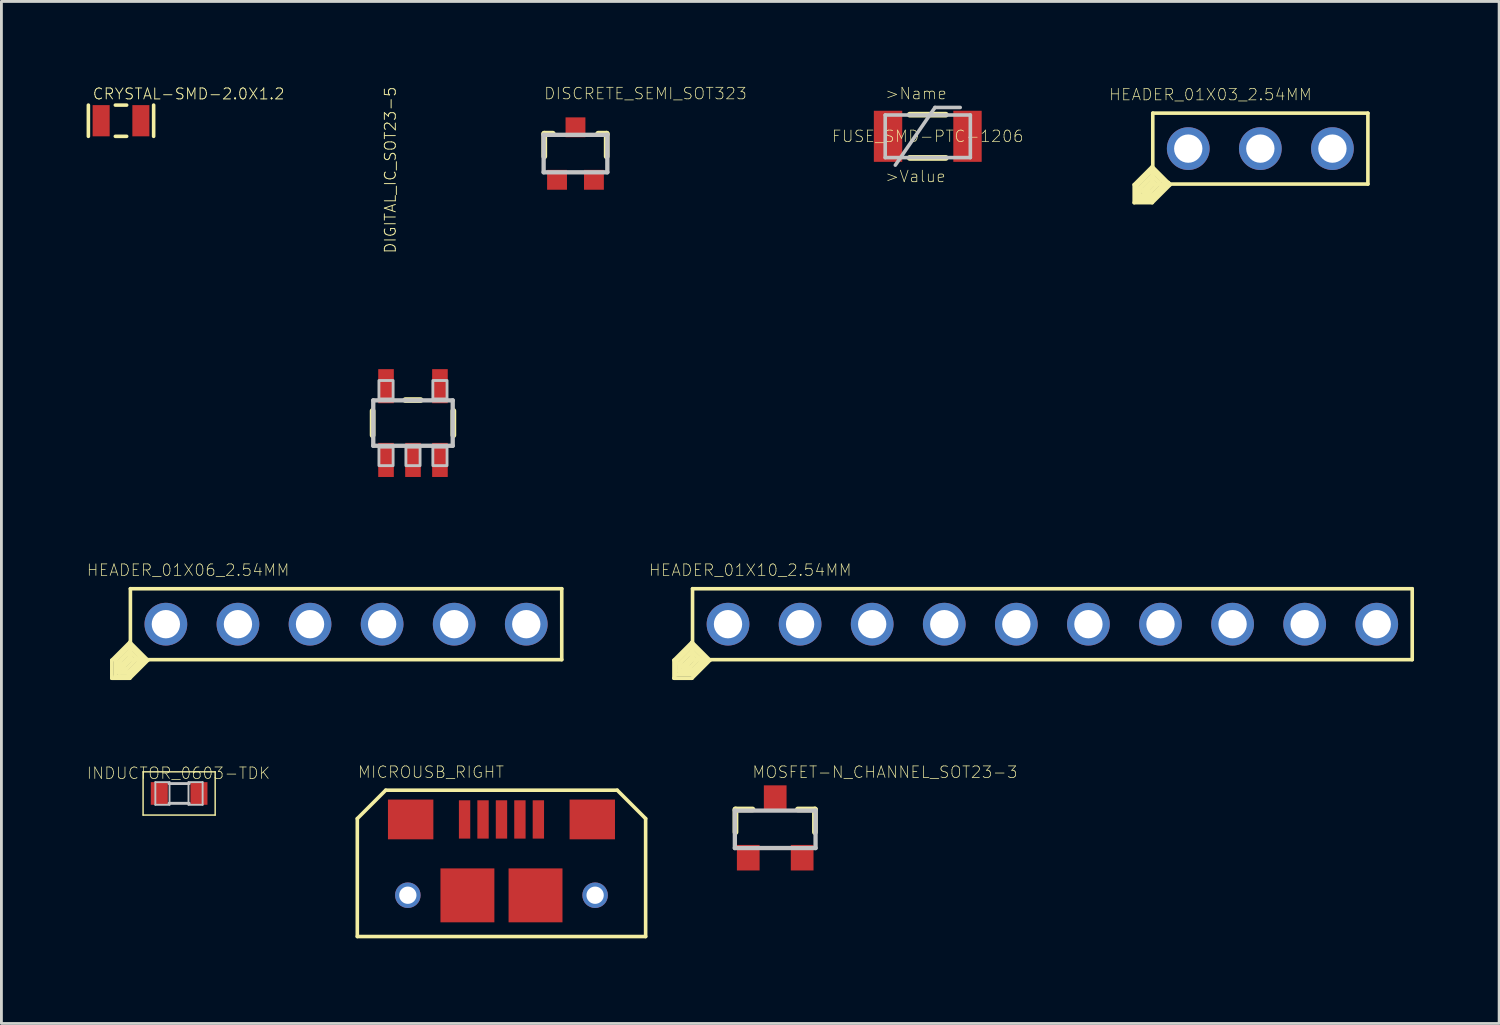
<source format=kicad_pcb>
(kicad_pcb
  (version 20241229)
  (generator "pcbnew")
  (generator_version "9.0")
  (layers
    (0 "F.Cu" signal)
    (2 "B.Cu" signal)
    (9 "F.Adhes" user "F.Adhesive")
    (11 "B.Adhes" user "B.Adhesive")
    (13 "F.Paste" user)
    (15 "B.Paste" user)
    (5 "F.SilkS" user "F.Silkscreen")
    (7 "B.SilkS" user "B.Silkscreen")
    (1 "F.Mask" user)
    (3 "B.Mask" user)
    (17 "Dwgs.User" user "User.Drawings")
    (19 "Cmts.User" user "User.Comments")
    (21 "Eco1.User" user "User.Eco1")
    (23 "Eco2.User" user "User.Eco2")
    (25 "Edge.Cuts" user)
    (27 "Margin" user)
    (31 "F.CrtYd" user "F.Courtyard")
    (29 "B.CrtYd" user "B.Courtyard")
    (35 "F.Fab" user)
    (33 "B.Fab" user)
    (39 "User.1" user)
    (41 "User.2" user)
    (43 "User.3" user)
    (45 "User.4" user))
  (footprint "DISCRETE_SEMI_SOT323"
    (layer "F.Cu")
    (at 17.229 2.361)
    (property "Reference" "DISCRETE_SEMI_SOT323" (at -1.125 -1.878 0) (layer "F.SilkS") (effects (font (size 0.406 0.406) (thickness 0.025)) (justify left bottom)))
    (attr through_hole)
    (fp_line (start -1.1 -0.7) (end -1.1 0.1) (stroke (width 0.203) (type solid)) (layer "F.SilkS"))
    (fp_line (start -0.8 -0.7) (end -1.1 -0.7) (stroke (width 0.203) (type solid)) (layer "F.SilkS"))
    (fp_line (start 0.8 -0.7) (end 1.1 -0.7) (stroke (width 0.203) (type solid)) (layer "F.SilkS"))
    (fp_line (start 1.1 -0.7) (end 1.1 0.1) (stroke (width 0.203) (type solid)) (layer "F.SilkS"))
    (fp_line (start -1.122 -0.66) (end 1.122 -0.66) (stroke (width 0.152) (type solid)) (layer "Dwgs.User"))
    (fp_line (start -1.122 0.66) (end -1.122 -0.66) (stroke (width 0.152) (type solid)) (layer "Dwgs.User"))
    (fp_line (start 1.122 -0.66) (end 1.122 0.66) (stroke (width 0.152) (type solid)) (layer "Dwgs.User"))
    (fp_line (start 1.122 0.66) (end -1.122 0.66) (stroke (width 0.152) (type solid)) (layer "Dwgs.User"))
    (pad "1" smd rect (at -0.65 0.925) (size 0.7 0.7) (layers "F.Cu" "F.Mask" "F.Paste"))
    (pad "2" smd rect (at 0.65 0.925) (size 0.7 0.7) (layers "F.Cu" "F.Mask" "F.Paste"))
    (pad "3" smd rect (at 0 -0.925) (size 0.7 0.7) (layers "F.Cu" "F.Mask" "F.Paste")))
  (footprint "FUSE_SMD-PTC-1206"
    (layer "F.Cu")
    (at 29.643 1.753)
    (property "Reference" "FUSE_SMD-PTC-1206" (at 0 0 0) (layer "F.SilkS") (effects (font (size 0.406 0.406) (thickness 0.025))))
    (attr through_hole)
    (fp_line (start -0.635 -0.762) (end 0.635 -0.762) (stroke (width 0.203) (type solid)) (layer "F.SilkS"))
    (fp_line (start 0.635 0.762) (end -0.635 0.762) (stroke (width 0.203) (type solid)) (layer "F.SilkS"))
    (fp_line (start -1.5 -0.75) (end 1.5 -0.75) (stroke (width 0.127) (type solid)) (layer "Dwgs.User"))
    (fp_line (start -1.5 0.75) (end -1.5 -0.75) (stroke (width 0.127) (type solid)) (layer "Dwgs.User"))
    (fp_line (start -1.143 1.016) (end 0.254 -1.016) (stroke (width 0.127) (type solid)) (layer "Dwgs.User"))
    (fp_line (start 0.254 -1.016) (end 1.143 -1.016) (stroke (width 0.127) (type solid)) (layer "Dwgs.User"))
    (fp_line (start 1.5 -0.75) (end 1.5 0.75) (stroke (width 0.127) (type solid)) (layer "Dwgs.User"))
    (fp_line (start 1.5 0.75) (end -1.5 0.75) (stroke (width 0.127) (type solid)) (layer "Dwgs.User"))
    (fp_text user ">Name" (at -1.524 -1.27 0) (layer "F.SilkS") (effects (font (size 0.406 0.406) (thickness 0.025)) (justify left bottom)))
    (fp_text user ">Value" (at -1.524 1.651 0) (layer "F.SilkS") (effects (font (size 0.406 0.406) (thickness 0.025)) (justify left bottom)))
    (pad "1" smd rect (at -1.4 0) (size 1 1.8) (layers "F.Cu" "F.Mask" "F.Paste"))
    (pad "2" smd rect (at 1.4 0) (size 1 1.8) (layers "F.Cu" "F.Mask" "F.Paste")))
  (footprint "CRYSTAL-SMD-2.0X1.2"
    (layer "F.Cu")
    (at 1.214 1.204)
    (property "Reference" "CRYSTAL-SMD-2.0X1.2" (at -1.02 -0.72 0) (layer "F.SilkS") (effects (font (size 0.386 0.386) (thickness 0.033)) (justify left bottom)))
    (attr through_hole)
    (fp_line (start -1.15 -0.55) (end -1.15 0.55) (stroke (width 0.127) (type solid)) (layer "F.SilkS"))
    (fp_line (start -0.2 -0.55) (end 0.2 -0.55) (stroke (width 0.125) (type solid)) (layer "F.SilkS"))
    (fp_line (start -0.2 0.55) (end 0.2 0.55) (stroke (width 0.125) (type solid)) (layer "F.SilkS"))
    (fp_line (start 1.15 -0.55) (end 1.15 0.55) (stroke (width 0.127) (type solid)) (layer "F.SilkS"))
    (pad "1" smd rect (at -0.7 0) (size 0.6 1.1) (layers "F.Cu" "F.Mask" "F.Paste"))
    (pad "2" smd rect (at 0.7 0) (size 0.6 1.1) (layers "F.Cu" "F.Mask" "F.Paste")))
  (footprint "HEADER_01X06_2.54MM"
    (layer "F.Cu")
    (at 9.145 18.945)
    (property "Reference" "HEADER_01X06_2.54MM" (at -5.568 -1.905 0) (layer "F.SilkS") (effects (font (size 0.406 0.406) (thickness 0.025))))
    (attr exclude_from_pos_files exclude_from_bom)
    (fp_line (start -8.255 1.27) (end -8.255 1.905) (stroke (width 0.127) (type solid)) (layer "F.SilkS"))
    (fp_line (start -8.255 1.905) (end -7.62 1.905) (stroke (width 0.127) (type solid)) (layer "F.SilkS"))
    (fp_line (start -8.128 1.27) (end -7.62 0.762) (stroke (width 0.15) (type solid)) (layer "F.SilkS"))
    (fp_line (start -8.128 1.841) (end -8.128 1.27) (stroke (width 0.15) (type solid)) (layer "F.SilkS"))
    (fp_line (start -8.001 1.333) (end -7.62 0.953) (stroke (width 0.15) (type solid)) (layer "F.SilkS"))
    (fp_line (start -8.001 1.714) (end -8.001 1.333) (stroke (width 0.15) (type solid)) (layer "F.SilkS"))
    (fp_line (start -7.874 1.397) (end -7.62 1.143) (stroke (width 0.15) (type solid)) (layer "F.SilkS"))
    (fp_line (start -7.874 1.587) (end -7.874 1.397) (stroke (width 0.15) (type solid)) (layer "F.SilkS"))
    (fp_line (start -7.747 1.587) (end -7.874 1.587) (stroke (width 0.15) (type solid)) (layer "F.SilkS"))
    (fp_line (start -7.684 1.714) (end -8.001 1.714) (stroke (width 0.15) (type solid)) (layer "F.SilkS"))
    (fp_line (start -7.684 1.841) (end -8.128 1.841) (stroke (width 0.15) (type solid)) (layer "F.SilkS"))
    (fp_line (start -7.62 0.635) (end -8.255 1.27) (stroke (width 0.127) (type solid)) (layer "F.SilkS"))
    (fp_line (start -7.62 0.762) (end -7.176 1.206) (stroke (width 0.15) (type solid)) (layer "F.SilkS"))
    (fp_line (start -7.62 0.953) (end -7.366 1.206) (stroke (width 0.15) (type solid)) (layer "F.SilkS"))
    (fp_line (start -7.62 1.143) (end -7.556 1.206) (stroke (width 0.15) (type solid)) (layer "F.SilkS"))
    (fp_line (start -7.62 1.905) (end -6.985 1.27) (stroke (width 0.127) (type solid)) (layer "F.SilkS"))
    (fp_line (start -7.6 -1.25) (end 7.6 -1.25) (stroke (width 0.127) (type solid)) (layer "F.SilkS"))
    (fp_line (start -7.6 1.25) (end -7.6 -1.25) (stroke (width 0.127) (type solid)) (layer "F.SilkS"))
    (fp_line (start -7.556 1.206) (end -7.811 1.46) (stroke (width 0.15) (type solid)) (layer "F.SilkS"))
    (fp_line (start -7.366 1.206) (end -7.747 1.587) (stroke (width 0.15) (type solid)) (layer "F.SilkS"))
    (fp_line (start -7.176 1.206) (end -7.684 1.714) (stroke (width 0.15) (type solid)) (layer "F.SilkS"))
    (fp_line (start -7.112 1.27) (end -7.684 1.841) (stroke (width 0.15) (type solid)) (layer "F.SilkS"))
    (fp_line (start -6.985 1.27) (end -7.62 0.635) (stroke (width 0.127) (type solid)) (layer "F.SilkS"))
    (fp_line (start 7.6 -1.25) (end 7.6 1.25) (stroke (width 0.127) (type solid)) (layer "F.SilkS"))
    (fp_line (start 7.6 1.25) (end -7.6 1.25) (stroke (width 0.127) (type solid)) (layer "F.SilkS"))
    (pad "P$1" thru_hole circle (at -6.35 0) (size 1.506 1.506) (drill 0.998) (layers "*.Cu" "*.Paste" "*.Mask"))
    (pad "P$2" thru_hole circle (at -3.81 0) (size 1.506 1.506) (drill 0.998) (layers "*.Cu" "*.Paste" "*.Mask"))
    (pad "P$3" thru_hole circle (at -1.27 0) (size 1.506 1.506) (drill 0.998) (layers "*.Cu" "*.Paste" "*.Mask"))
    (pad "P$4" thru_hole circle (at 1.27 0) (size 1.506 1.506) (drill 0.998) (layers "*.Cu" "*.Paste" "*.Mask"))
    (pad "P$5" thru_hole circle (at 3.81 0) (size 1.506 1.506) (drill 0.998) (layers "*.Cu" "*.Paste" "*.Mask"))
    (pad "P$6" thru_hole circle (at 6.35 0) (size 1.506 1.506) (drill 0.998) (layers "*.Cu" "*.Paste" "*.Mask")))
  (footprint "MICROUSB_RIGHT"
    (layer "F.Cu")
    (at 14.621 27.096)
    (property "Reference" "MICROUSB_RIGHT" (at -5.08 -2.7 0) (layer "F.SilkS") (effects (font (size 0.406 0.406) (thickness 0.025)) (justify left bottom)))
    (attr through_hole)
    (fp_line (start -5.08 -1.3) (end -4.08 -2.3) (stroke (width 0.127) (type solid)) (layer "F.SilkS"))
    (fp_line (start -5.08 2.855) (end -5.08 -1.3) (stroke (width 0.127) (type solid)) (layer "F.SilkS"))
    (fp_line (start -5.08 2.855) (end 5.08 2.855) (stroke (width 0.127) (type solid)) (layer "F.SilkS"))
    (fp_line (start -4.08 -2.3) (end 4.08 -2.3) (stroke (width 0.127) (type solid)) (layer "F.SilkS"))
    (fp_line (start 4.08 -2.3) (end 5.08 -1.3) (stroke (width 0.127) (type solid)) (layer "F.SilkS"))
    (fp_line (start 5.08 -1.3) (end 5.08 2.855) (stroke (width 0.127) (type solid)) (layer "F.SilkS"))
    (pad "1" smd rect (at -1.3 -1.27 180) (size 0.4 1.35) (layers "F.Cu" "F.Mask" "F.Paste"))
    (pad "2" smd rect (at -0.65 -1.27 180) (size 0.4 1.35) (layers "F.Cu" "F.Mask" "F.Paste"))
    (pad "3" smd rect (at 0 -1.27 180) (size 0.4 1.35) (layers "F.Cu" "F.Mask" "F.Paste"))
    (pad "4" smd rect (at 0.65 -1.27 180) (size 0.4 1.35) (layers "F.Cu" "F.Mask" "F.Paste"))
    (pad "5" smd rect (at 1.3 -1.27 180) (size 0.4 1.35) (layers "F.Cu" "F.Mask" "F.Paste"))
    (pad "S1" thru_hole circle (at -3.3 1.4 180) (size 0.9 0.9) (drill 0.61) (layers "*.Cu" "*.Mask"))
    (pad "S2" thru_hole circle (at 3.3 1.4 180) (size 0.9 0.9) (drill 0.61) (layers "*.Cu" "*.Mask"))
    (pad "S3" smd rect (at -3.2 -1.27 90) (size 1.4 1.6) (layers "F.Cu" "F.Mask" "F.Paste"))
    (pad "S4" smd rect (at 3.2 -1.27 90) (size 1.4 1.6) (layers "F.Cu" "F.Mask" "F.Paste"))
    (pad "S5" smd rect (at -1.2 1.405) (size 1.9 1.9) (layers "F.Cu" "F.Mask" "F.Paste"))
    (pad "S6" smd rect (at 1.2 1.405) (size 1.9 1.9) (layers "F.Cu" "F.Mask" "F.Paste")))
  (footprint "HEADER_01X10_2.54MM"
    (layer "F.Cu")
    (at 34.034 18.945)
    (property "Reference" "HEADER_01X10_2.54MM" (at -10.648 -1.905 0) (layer "F.SilkS") (effects (font (size 0.406 0.406) (thickness 0.025))))
    (attr exclude_from_pos_files exclude_from_bom)
    (fp_line (start -13.335 1.27) (end -13.335 1.905) (stroke (width 0.127) (type solid)) (layer "F.SilkS"))
    (fp_line (start -13.335 1.905) (end -12.7 1.905) (stroke (width 0.127) (type solid)) (layer "F.SilkS"))
    (fp_line (start -13.271 1.333) (end -12.7 0.762) (stroke (width 0.15) (type solid)) (layer "F.SilkS"))
    (fp_line (start -13.271 1.778) (end -13.271 1.333) (stroke (width 0.15) (type solid)) (layer "F.SilkS"))
    (fp_line (start -13.145 1.397) (end -12.7 0.953) (stroke (width 0.15) (type solid)) (layer "F.SilkS"))
    (fp_line (start -13.145 1.651) (end -13.145 1.397) (stroke (width 0.15) (type solid)) (layer "F.SilkS"))
    (fp_line (start -13.018 1.46) (end -12.7 1.143) (stroke (width 0.15) (type solid)) (layer "F.SilkS"))
    (fp_line (start -13.018 1.524) (end -13.018 1.46) (stroke (width 0.15) (type solid)) (layer "F.SilkS"))
    (fp_line (start -12.89 1.46) (end -13.018 1.46) (stroke (width 0.15) (type solid)) (layer "F.SilkS"))
    (fp_line (start -12.764 1.524) (end -13.018 1.524) (stroke (width 0.15) (type solid)) (layer "F.SilkS"))
    (fp_line (start -12.7 0.635) (end -13.335 1.27) (stroke (width 0.127) (type solid)) (layer "F.SilkS"))
    (fp_line (start -12.7 0.762) (end -12.255 1.206) (stroke (width 0.15) (type solid)) (layer "F.SilkS"))
    (fp_line (start -12.7 0.953) (end -12.446 1.206) (stroke (width 0.15) (type solid)) (layer "F.SilkS"))
    (fp_line (start -12.7 1.143) (end -12.636 1.206) (stroke (width 0.15) (type solid)) (layer "F.SilkS"))
    (fp_line (start -12.7 1.651) (end -13.145 1.651) (stroke (width 0.15) (type solid)) (layer "F.SilkS"))
    (fp_line (start -12.7 1.778) (end -13.271 1.778) (stroke (width 0.15) (type solid)) (layer "F.SilkS"))
    (fp_line (start -12.7 1.905) (end -12.065 1.27) (stroke (width 0.127) (type solid)) (layer "F.SilkS"))
    (fp_line (start -12.68 -1.25) (end 12.68 -1.25) (stroke (width 0.127) (type solid)) (layer "F.SilkS"))
    (fp_line (start -12.68 1.25) (end -12.68 -1.25) (stroke (width 0.127) (type solid)) (layer "F.SilkS"))
    (fp_line (start -12.636 1.206) (end -12.89 1.46) (stroke (width 0.15) (type solid)) (layer "F.SilkS"))
    (fp_line (start -12.446 1.206) (end -12.764 1.524) (stroke (width 0.15) (type solid)) (layer "F.SilkS"))
    (fp_line (start -12.255 1.206) (end -12.7 1.651) (stroke (width 0.15) (type solid)) (layer "F.SilkS"))
    (fp_line (start -12.192 1.27) (end -12.636 1.714) (stroke (width 0.15) (type solid)) (layer "F.SilkS"))
    (fp_line (start -12.065 1.27) (end -12.7 0.635) (stroke (width 0.127) (type solid)) (layer "F.SilkS"))
    (fp_line (start 12.68 -1.25) (end 12.68 1.25) (stroke (width 0.127) (type solid)) (layer "F.SilkS"))
    (fp_line (start 12.68 1.25) (end -12.68 1.25) (stroke (width 0.127) (type solid)) (layer "F.SilkS"))
    (pad "P$1" thru_hole circle (at -11.43 0) (size 1.506 1.506) (drill 0.998) (layers "*.Cu" "*.Paste" "*.Mask"))
    (pad "P$2" thru_hole circle (at -8.89 0) (size 1.506 1.506) (drill 0.998) (layers "*.Cu" "*.Paste" "*.Mask"))
    (pad "P$3" thru_hole circle (at -6.35 0) (size 1.506 1.506) (drill 0.998) (layers "*.Cu" "*.Paste" "*.Mask"))
    (pad "P$4" thru_hole circle (at -3.81 0) (size 1.506 1.506) (drill 0.998) (layers "*.Cu" "*.Paste" "*.Mask"))
    (pad "P$5" thru_hole circle (at -1.27 0) (size 1.506 1.506) (drill 0.998) (layers "*.Cu" "*.Paste" "*.Mask"))
    (pad "P$6" thru_hole circle (at 1.27 0) (size 1.506 1.506) (drill 0.998) (layers "*.Cu" "*.Paste" "*.Mask"))
    (pad "P$7" thru_hole circle (at 3.81 0) (size 1.506 1.506) (drill 0.998) (layers "*.Cu" "*.Paste" "*.Mask"))
    (pad "P$8" thru_hole circle (at 6.35 0) (size 1.506 1.506) (drill 0.998) (layers "*.Cu" "*.Paste" "*.Mask"))
    (pad "P$9" thru_hole circle (at 8.89 0) (size 1.506 1.506) (drill 0.998) (layers "*.Cu" "*.Paste" "*.Mask"))
    (pad "P$10" thru_hole circle (at 11.43 0) (size 1.506 1.506) (drill 0.998) (layers "*.Cu" "*.Paste" "*.Mask")))
  (footprint "MOSFET-N_CHANNEL_SOT23-3"
    (layer "F.Cu")
    (at 24.267 26.174)
    (property "Reference" "MOSFET-N_CHANNEL_SOT23-3" (at -0.826 -1.778 0) (layer "F.SilkS") (effects (font (size 0.406 0.406) (thickness 0.025)) (justify left bottom)))
    (attr through_hole)
    (fp_line (start -1.4 -0.7) (end -1.4 0.1) (stroke (width 0.203) (type solid)) (layer "F.SilkS"))
    (fp_line (start -0.8 -0.7) (end -1.4 -0.7) (stroke (width 0.203) (type solid)) (layer "F.SilkS"))
    (fp_line (start 0.8 -0.7) (end 1.4 -0.7) (stroke (width 0.203) (type solid)) (layer "F.SilkS"))
    (fp_line (start 1.4 -0.7) (end 1.4 0.1) (stroke (width 0.203) (type solid)) (layer "F.SilkS"))
    (fp_line (start -1.422 -0.66) (end 1.422 -0.66) (stroke (width 0.152) (type solid)) (layer "Dwgs.User"))
    (fp_line (start -1.422 0.66) (end -1.422 -0.66) (stroke (width 0.152) (type solid)) (layer "Dwgs.User"))
    (fp_line (start 1.422 -0.66) (end 1.422 0.66) (stroke (width 0.152) (type solid)) (layer "Dwgs.User"))
    (fp_line (start 1.422 0.66) (end -1.422 0.66) (stroke (width 0.152) (type solid)) (layer "Dwgs.User"))
    (pad "1" smd rect (at -0.95 1) (size 0.8 0.9) (layers "F.Cu" "F.Mask" "F.Paste"))
    (pad "2" smd rect (at 0.95 1) (size 0.8 0.9) (layers "F.Cu" "F.Mask" "F.Paste"))
    (pad "3" smd rect (at 0 -1.1) (size 0.8 0.9) (layers "F.Cu" "F.Mask" "F.Paste")))
  (footprint "INDUCTOR_0603-TDK"
    (layer "F.Cu")
    (at 3.262 24.91)
    (property "Reference" "INDUCTOR_0603-TDK" (at -0.023 -0.714 0) (layer "F.SilkS") (effects (font (size 0.406 0.406) (thickness 0.025))))
    (attr smd)
    (fp_line (start -1.27 -0.762) (end 1.27 -0.762) (stroke (width 0.051) (type solid)) (layer "F.SilkS"))
    (fp_line (start -1.27 0.762) (end -1.27 -0.762) (stroke (width 0.051) (type solid)) (layer "F.SilkS"))
    (fp_line (start 1.27 -0.762) (end 1.27 0.762) (stroke (width 0.051) (type solid)) (layer "F.SilkS"))
    (fp_line (start 1.27 0.762) (end -1.27 0.762) (stroke (width 0.051) (type solid)) (layer "F.SilkS"))
    (fp_line (start -0.838 -0.399) (end -0.338 -0.399) (stroke (width 0.066) (type solid)) (layer "Dwgs.User"))
    (fp_line (start -0.838 0.399) (end -0.838 -0.399) (stroke (width 0.066) (type solid)) (layer "Dwgs.User"))
    (fp_line (start -0.838 0.399) (end -0.338 0.399) (stroke (width 0.066) (type solid)) (layer "Dwgs.User"))
    (fp_line (start -0.356 -0.348) (end 0.356 -0.348) (stroke (width 0.102) (type solid)) (layer "Dwgs.User"))
    (fp_line (start -0.356 0.348) (end 0.356 0.348) (stroke (width 0.102) (type solid)) (layer "Dwgs.User"))
    (fp_line (start -0.338 0.399) (end -0.338 -0.399) (stroke (width 0.066) (type solid)) (layer "Dwgs.User"))
    (fp_line (start 0.33 -0.399) (end 0.828 -0.399) (stroke (width 0.066) (type solid)) (layer "Dwgs.User"))
    (fp_line (start 0.33 0.399) (end 0.33 -0.399) (stroke (width 0.066) (type solid)) (layer "Dwgs.User"))
    (fp_line (start 0.33 0.399) (end 0.828 0.399) (stroke (width 0.066) (type solid)) (layer "Dwgs.User"))
    (fp_line (start 0.828 0.399) (end 0.828 -0.399) (stroke (width 0.066) (type solid)) (layer "Dwgs.User"))
    (pad "1" smd rect (at -0.699 0) (size 0.599 0.798) (layers "F.Cu" "F.Mask" "F.Paste"))
    (pad "2" smd rect (at 0.699 0) (size 0.599 0.798) (layers "F.Cu" "F.Mask" "F.Paste")))
  (footprint "HEADER_01X03_2.54MM"
    (layer "F.Cu")
    (at 41.362 2.187)
    (property "Reference" "HEADER_01X03_2.54MM" (at -1.758 -1.905 0) (layer "F.SilkS") (effects (font (size 0.406 0.406) (thickness 0.025))))
    (attr exclude_from_pos_files exclude_from_bom)
    (fp_line (start -4.445 1.27) (end -4.445 1.905) (stroke (width 0.127) (type solid)) (layer "F.SilkS"))
    (fp_line (start -4.445 1.905) (end -3.81 1.905) (stroke (width 0.127) (type solid)) (layer "F.SilkS"))
    (fp_line (start -4.381 1.333) (end -3.81 0.762) (stroke (width 0.15) (type solid)) (layer "F.SilkS"))
    (fp_line (start -4.381 1.778) (end -4.381 1.333) (stroke (width 0.15) (type solid)) (layer "F.SilkS"))
    (fp_line (start -4.255 1.397) (end -3.81 0.953) (stroke (width 0.15) (type solid)) (layer "F.SilkS"))
    (fp_line (start -4.255 1.651) (end -4.255 1.397) (stroke (width 0.15) (type solid)) (layer "F.SilkS"))
    (fp_line (start -4.128 1.46) (end -3.81 1.143) (stroke (width 0.15) (type solid)) (layer "F.SilkS"))
    (fp_line (start -4.128 1.524) (end -4.128 1.46) (stroke (width 0.15) (type solid)) (layer "F.SilkS"))
    (fp_line (start -3.873 1.524) (end -4.128 1.524) (stroke (width 0.15) (type solid)) (layer "F.SilkS"))
    (fp_line (start -3.81 0.635) (end -4.445 1.27) (stroke (width 0.127) (type solid)) (layer "F.SilkS"))
    (fp_line (start -3.81 0.762) (end -3.365 1.206) (stroke (width 0.15) (type solid)) (layer "F.SilkS"))
    (fp_line (start -3.81 0.953) (end -3.556 1.206) (stroke (width 0.15) (type solid)) (layer "F.SilkS"))
    (fp_line (start -3.81 1.143) (end -3.747 1.206) (stroke (width 0.15) (type solid)) (layer "F.SilkS"))
    (fp_line (start -3.81 1.651) (end -4.255 1.651) (stroke (width 0.15) (type solid)) (layer "F.SilkS"))
    (fp_line (start -3.81 1.778) (end -4.381 1.778) (stroke (width 0.15) (type solid)) (layer "F.SilkS"))
    (fp_line (start -3.81 1.905) (end -3.175 1.27) (stroke (width 0.127) (type solid)) (layer "F.SilkS"))
    (fp_line (start -3.79 -1.25) (end 3.79 -1.25) (stroke (width 0.127) (type solid)) (layer "F.SilkS"))
    (fp_line (start -3.79 1.25) (end -3.79 -1.25) (stroke (width 0.127) (type solid)) (layer "F.SilkS"))
    (fp_line (start -3.747 1.206) (end -4 1.46) (stroke (width 0.15) (type solid)) (layer "F.SilkS"))
    (fp_line (start -3.556 1.206) (end -3.873 1.524) (stroke (width 0.15) (type solid)) (layer "F.SilkS"))
    (fp_line (start -3.365 1.206) (end -3.81 1.651) (stroke (width 0.15) (type solid)) (layer "F.SilkS"))
    (fp_line (start -3.239 1.206) (end -3.81 1.778) (stroke (width 0.15) (type solid)) (layer "F.SilkS"))
    (fp_line (start -3.175 1.27) (end -3.81 0.635) (stroke (width 0.127) (type solid)) (layer "F.SilkS"))
    (fp_line (start 3.79 -1.25) (end 3.79 1.25) (stroke (width 0.127) (type solid)) (layer "F.SilkS"))
    (fp_line (start 3.79 1.25) (end -3.79 1.25) (stroke (width 0.127) (type solid)) (layer "F.SilkS"))
    (pad "P$1" thru_hole circle (at -2.54 0) (size 1.506 1.506) (drill 0.998) (layers "*.Cu" "*.Paste" "*.Mask"))
    (pad "P$2" thru_hole circle (at 0 0) (size 1.506 1.506) (drill 0.998) (layers "*.Cu" "*.Paste" "*.Mask"))
    (pad "P$3" thru_hole circle (at 2.54 0) (size 1.506 1.506) (drill 0.998) (layers "*.Cu" "*.Paste" "*.Mask")))
  (footprint "DIGITAL_IC_SOT23-5"
    (layer "F.Cu")
    (at 11.503 11.858)
    (property "Reference" "DIGITAL_IC_SOT23-5" (at -0.574 -5.954 90) (layer "F.SilkS") (effects (font (size 0.386 0.386) (thickness 0.033)) (justify left bottom)))
    (attr through_hole)
    (fp_line (start -1.422 0.429) (end -1.422 -0.429) (stroke (width 0.203) (type solid)) (layer "F.SilkS"))
    (fp_line (start -0.268 -0.81) (end 0.268 -0.81) (stroke (width 0.203) (type solid)) (layer "F.SilkS"))
    (fp_line (start 1.422 -0.429) (end 1.422 0.429) (stroke (width 0.203) (type solid)) (layer "F.SilkS"))
    (fp_line (start -1.4 -0.8) (end -1.4 0.8) (stroke (width 0.152) (type solid)) (layer "Dwgs.User"))
    (fp_line (start -1.4 -0.8) (end 1.4 -0.8) (stroke (width 0.152) (type solid)) (layer "Dwgs.User"))
    (fp_line (start 1.4 -0.8) (end 1.4 0.8) (stroke (width 0.152) (type solid)) (layer "Dwgs.User"))
    (fp_line (start 1.4 0.8) (end -1.4 0.8) (stroke (width 0.152) (type solid)) (layer "Dwgs.User"))
    (fp_poly (pts (xy -1.2 -0.85) (xy -0.7 -0.85) (xy -0.7 -1.5) (xy -1.2 -1.5)) (stroke (width 0.1) (type solid)) (fill no) (layer "Dwgs.User"))
    (fp_poly (pts (xy -1.2 1.5) (xy -0.7 1.5) (xy -0.7 0.85) (xy -1.2 0.85)) (stroke (width 0.1) (type solid)) (fill no) (layer "Dwgs.User"))
    (fp_poly (pts (xy -0.25 1.5) (xy 0.25 1.5) (xy 0.25 0.85) (xy -0.25 0.85)) (stroke (width 0.1) (type solid)) (fill no) (layer "Dwgs.User"))
    (fp_poly (pts (xy 0.7 -0.85) (xy 1.2 -0.85) (xy 1.2 -1.5) (xy 0.7 -1.5)) (stroke (width 0.1) (type solid)) (fill no) (layer "Dwgs.User"))
    (fp_poly (pts (xy 0.7 1.5) (xy 1.2 1.5) (xy 1.2 0.85) (xy 0.7 0.85)) (stroke (width 0.1) (type solid)) (fill no) (layer "Dwgs.User"))
    (pad "1" smd rect (at -0.95 1.3) (size 0.55 1.2) (layers "F.Cu" "F.Mask" "F.Paste"))
    (pad "2" smd rect (at 0 1.3) (size 0.55 1.2) (layers "F.Cu" "F.Mask" "F.Paste"))
    (pad "3" smd rect (at 0.95 1.3) (size 0.55 1.2) (layers "F.Cu" "F.Mask" "F.Paste"))
    (pad "4" smd rect (at 0.95 -1.3) (size 0.55 1.2) (layers "F.Cu" "F.Mask" "F.Paste"))
    (pad "5" smd rect (at -0.95 -1.3) (size 0.55 1.2) (layers "F.Cu" "F.Mask" "F.Paste")))
  (gr_rect
    (start -3 -3)
    (end 49.777 33.015)
    (stroke (width 0.1) (type default))
    (fill no)
    (layer "Edge.Cuts")))
</source>
